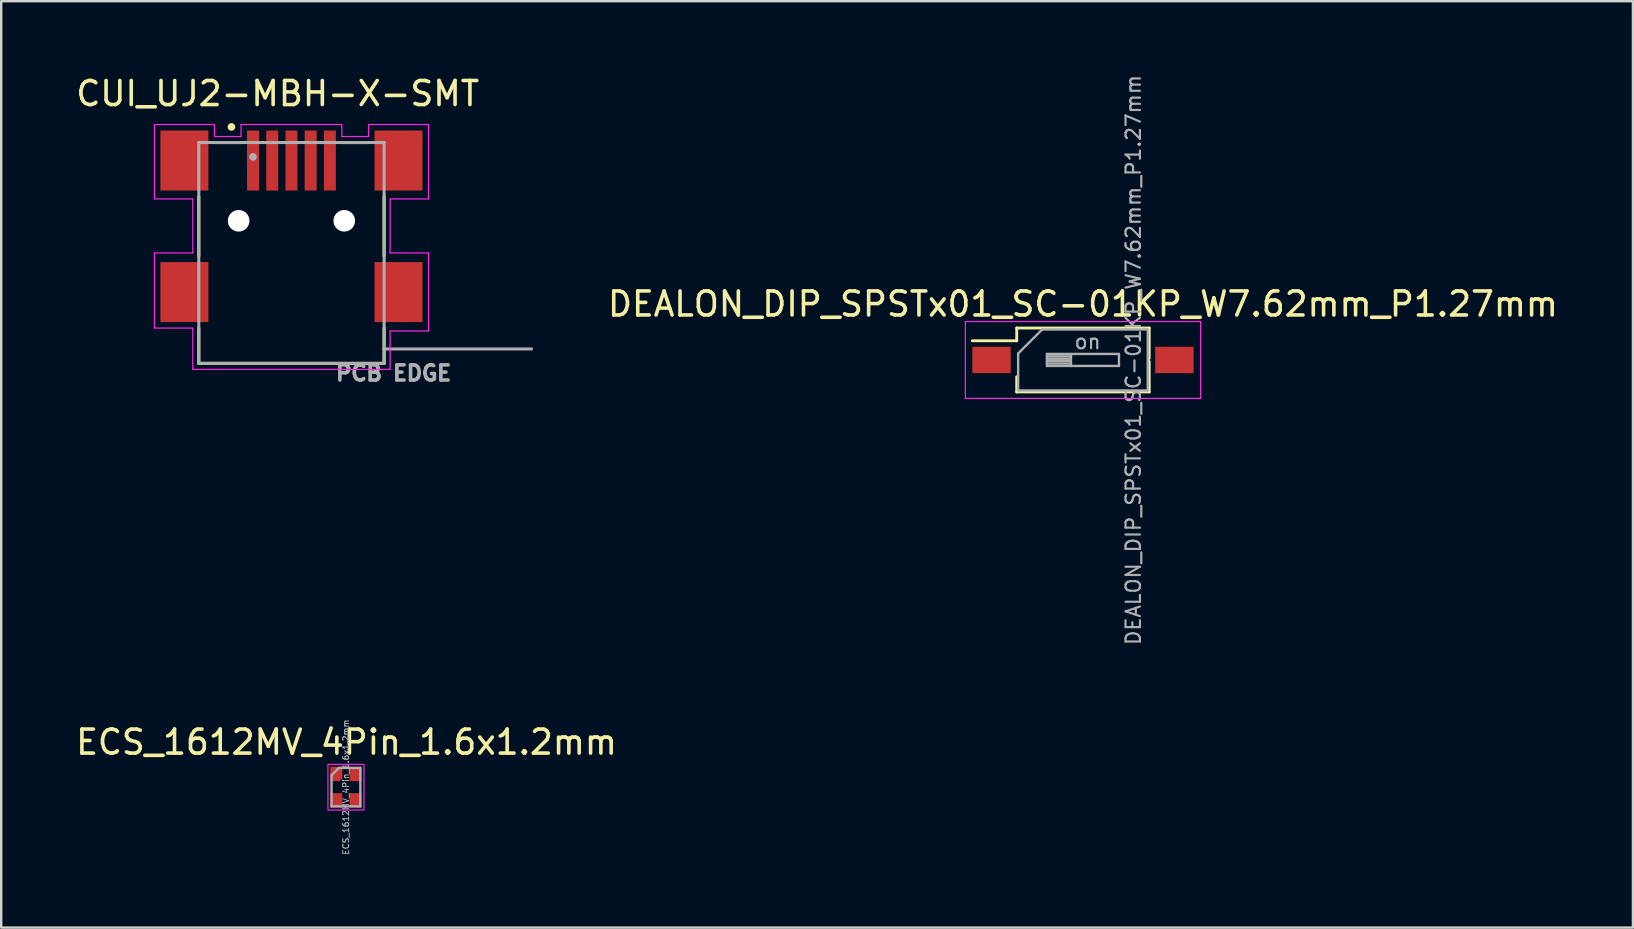
<source format=kicad_pcb>
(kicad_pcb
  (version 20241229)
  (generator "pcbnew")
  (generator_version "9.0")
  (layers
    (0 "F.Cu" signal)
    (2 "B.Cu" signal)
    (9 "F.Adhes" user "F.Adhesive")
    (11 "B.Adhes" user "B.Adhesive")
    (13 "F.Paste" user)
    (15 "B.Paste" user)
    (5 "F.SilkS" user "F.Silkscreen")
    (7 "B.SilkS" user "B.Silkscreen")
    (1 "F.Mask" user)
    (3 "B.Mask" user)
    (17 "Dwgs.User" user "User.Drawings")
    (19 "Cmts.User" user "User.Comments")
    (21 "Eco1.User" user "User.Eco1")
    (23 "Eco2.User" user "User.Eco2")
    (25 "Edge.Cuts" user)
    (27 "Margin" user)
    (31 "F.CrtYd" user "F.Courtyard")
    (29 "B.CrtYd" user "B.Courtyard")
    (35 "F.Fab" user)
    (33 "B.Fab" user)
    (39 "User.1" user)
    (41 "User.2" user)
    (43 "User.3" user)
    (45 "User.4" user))
  (footprint "CUI_UJ2-MBH-X-SMT"
    (layer "F.Cu")
    (at 9.092 6.638)
    (property "Reference" "CUI_UJ2-MBH-X-SMT" (at -0.573 -5.789 0) (layer "F.SilkS") (effects (font (size 1.001 1.001) (thickness 0.15))))
    (attr smd)
    (fp_line (start -3.86 0.98) (end -3.86 -1.5) (stroke (width 0.127) (type solid)) (layer "F.SilkS"))
    (fp_line (start -3.86 3.98) (end -3.86 5.45) (stroke (width 0.127) (type solid)) (layer "F.SilkS"))
    (fp_line (start -3.86 5.45) (end 3.86 5.45) (stroke (width 0.127) (type solid)) (layer "F.SilkS"))
    (fp_line (start -3.21 -3.75) (end -2.1 -3.75) (stroke (width 0.127) (type solid)) (layer "F.SilkS"))
    (fp_line (start 2.1 -3.75) (end 3.21 -3.75) (stroke (width 0.127) (type solid)) (layer "F.SilkS"))
    (fp_line (start 3.86 0.98) (end 3.86 -1.5) (stroke (width 0.127) (type solid)) (layer "F.SilkS"))
    (fp_line (start 3.86 5.45) (end 3.86 3.98) (stroke (width 0.127) (type solid)) (layer "F.SilkS"))
    (fp_circle (center -2.5 -4.4) (end -2.42 -4.4) (stroke (width 0.16) (type solid)) (fill no) (layer "F.SilkS"))
    (fp_line (start -5.71 -4.5) (end -5.71 -1.4) (stroke (width 0.05) (type solid)) (layer "F.CrtYd"))
    (fp_line (start -5.71 -1.4) (end -4.11 -1.4) (stroke (width 0.05) (type solid)) (layer "F.CrtYd"))
    (fp_line (start -5.71 0.85) (end -5.71 3.98) (stroke (width 0.05) (type solid)) (layer "F.CrtYd"))
    (fp_line (start -5.71 3.98) (end -4.11 3.98) (stroke (width 0.05) (type solid)) (layer "F.CrtYd"))
    (fp_line (start -4.11 -1.4) (end -4.11 0.85) (stroke (width 0.05) (type solid)) (layer "F.CrtYd"))
    (fp_line (start -4.11 0.85) (end -5.71 0.85) (stroke (width 0.05) (type solid)) (layer "F.CrtYd"))
    (fp_line (start -4.11 3.98) (end -4.11 5.7) (stroke (width 0.05) (type solid)) (layer "F.CrtYd"))
    (fp_line (start -4.11 5.7) (end 4.11 5.7) (stroke (width 0.05) (type solid)) (layer "F.CrtYd"))
    (fp_line (start -3.21 -4.5) (end -5.71 -4.5) (stroke (width 0.05) (type solid)) (layer "F.CrtYd"))
    (fp_line (start -3.21 -4) (end -3.21 -4.5) (stroke (width 0.05) (type solid)) (layer "F.CrtYd"))
    (fp_line (start -2.1 -4.5) (end -2.1 -4) (stroke (width 0.05) (type solid)) (layer "F.CrtYd"))
    (fp_line (start -2.1 -4) (end -3.21 -4) (stroke (width 0.05) (type solid)) (layer "F.CrtYd"))
    (fp_line (start 2.1 -4.5) (end -2.1 -4.5) (stroke (width 0.05) (type solid)) (layer "F.CrtYd"))
    (fp_line (start 2.1 -4) (end 2.1 -4.5) (stroke (width 0.05) (type solid)) (layer "F.CrtYd"))
    (fp_line (start 3.21 -4.5) (end 3.21 -4) (stroke (width 0.05) (type solid)) (layer "F.CrtYd"))
    (fp_line (start 3.21 -4) (end 2.1 -4) (stroke (width 0.05) (type solid)) (layer "F.CrtYd"))
    (fp_line (start 4.11 -1.4) (end 5.71 -1.4) (stroke (width 0.05) (type solid)) (layer "F.CrtYd"))
    (fp_line (start 4.11 0.85) (end 4.11 -1.4) (stroke (width 0.05) (type solid)) (layer "F.CrtYd"))
    (fp_line (start 4.11 4.1) (end 5.71 4.1) (stroke (width 0.05) (type solid)) (layer "F.CrtYd"))
    (fp_line (start 4.11 5.7) (end 4.11 4.1) (stroke (width 0.05) (type solid)) (layer "F.CrtYd"))
    (fp_line (start 5.71 -4.5) (end 3.21 -4.5) (stroke (width 0.05) (type solid)) (layer "F.CrtYd"))
    (fp_line (start 5.71 -1.4) (end 5.71 -4.5) (stroke (width 0.05) (type solid)) (layer "F.CrtYd"))
    (fp_line (start 5.71 0.85) (end 4.11 0.85) (stroke (width 0.05) (type solid)) (layer "F.CrtYd"))
    (fp_line (start 5.71 4.1) (end 5.71 0.85) (stroke (width 0.05) (type solid)) (layer "F.CrtYd"))
    (fp_line (start -3.86 -3.75) (end 3.86 -3.75) (stroke (width 0.127) (type solid)) (layer "F.Fab"))
    (fp_line (start -3.86 5.45) (end -3.86 -3.75) (stroke (width 0.127) (type solid)) (layer "F.Fab"))
    (fp_line (start 3.86 -3.75) (end 3.86 4.85) (stroke (width 0.127) (type solid)) (layer "F.Fab"))
    (fp_line (start 3.86 4.85) (end 3.86 5.45) (stroke (width 0.127) (type solid)) (layer "F.Fab"))
    (fp_line (start 3.86 4.85) (end 10 4.85) (stroke (width 0.127) (type solid)) (layer "F.Fab"))
    (fp_line (start 3.86 5.45) (end -3.86 5.45) (stroke (width 0.127) (type solid)) (layer "F.Fab"))
    (fp_circle (center -1.6 -3.15) (end -1.52 -3.15) (stroke (width 0.16) (type solid)) (fill no) (layer "F.Fab"))
    (fp_text user "PCB EDGE" (at 4.256 5.859 0) (layer "F.Fab") (effects (font (size 0.631 0.631) (thickness 0.15))))
    (pad "" np_thru_hole circle (at -2.2 -0.49) (size 0.9 0.9) (drill 0.9) (layers "*.Cu" "*.Mask"))
    (pad "" np_thru_hole circle (at 2.2 -0.49) (size 0.9 0.9) (drill 0.9) (layers "*.Cu" "*.Mask"))
    (pad "1" smd rect (at -1.6 -3 90) (size 2.5 0.5) (layers "F.Cu" "F.Mask" "F.Paste"))
    (pad "2" smd rect (at -0.8 -3 90) (size 2.5 0.5) (layers "F.Cu" "F.Mask" "F.Paste"))
    (pad "3" smd rect (at 0 -3 90) (size 2.5 0.5) (layers "F.Cu" "F.Mask" "F.Paste"))
    (pad "4" smd rect (at 0.8 -3 90) (size 2.5 0.5) (layers "F.Cu" "F.Mask" "F.Paste"))
    (pad "5" smd rect (at 1.6 -3 90) (size 2.5 0.5) (layers "F.Cu" "F.Mask" "F.Paste"))
    (pad "6" smd rect (at -4.46 -3) (size 2 2.5) (layers "F.Cu" "F.Mask" "F.Paste"))
    (pad "6" smd rect (at -4.46 2.48) (size 2 2.5) (layers "F.Cu" "F.Mask" "F.Paste"))
    (pad "6" smd rect (at 4.46 -3) (size 2 2.5) (layers "F.Cu" "F.Mask" "F.Paste"))
    (pad "6" smd rect (at 4.46 2.48) (size 2 2.5) (layers "F.Cu" "F.Mask" "F.Paste")))
  (footprint "ECS_1612MV_4Pin_1.6x1.2mm"
    (layer "F.Cu")
    (at 11.362 29.743)
    (property "Reference" "ECS_1612MV_4Pin_1.6x1.2mm" (at 0.025 -1.875 0) (layer "F.SilkS") (effects (font (size 1 1) (thickness 0.15))))
    (attr smd)
    (fp_rect (start -0.75 -0.95) (end 0.75 0.95) (stroke (width 0.05) (type default)) (fill no) (layer "F.CrtYd"))
    (fp_line (start -0.6 0.8) (end -0.6 -0.5) (stroke (width 0.1) (type solid)) (layer "F.Fab"))
    (fp_line (start -0.3 -0.8) (end -0.6 -0.5) (stroke (width 0.1) (type solid)) (layer "F.Fab"))
    (fp_line (start -0.3 -0.8) (end 0.6 -0.8) (stroke (width 0.1) (type solid)) (layer "F.Fab"))
    (fp_line (start 0.6 -0.8) (end 0.6 0.8) (stroke (width 0.1) (type solid)) (layer "F.Fab"))
    (fp_line (start 0.6 0.8) (end -0.6 0.8) (stroke (width 0.1) (type solid)) (layer "F.Fab"))
    (fp_text user "${REFERENCE}" (at 0 0 90) (unlocked yes) (layer "F.Fab") (effects (font (size 0.25 0.25) (thickness 0.04))))
    (pad "1" smd roundrect (at -0.4 -0.55 180) (size 0.5 0.6) (layers "F.Cu" "F.Mask" "F.Paste") (roundrect_rratio 0) (chamfer_ratio 0.22) (chamfer top_left))
    (pad "2" smd rect (at -0.4 0.55) (size 0.5 0.6) (layers "F.Cu" "F.Mask" "F.Paste"))
    (pad "3" smd rect (at 0.4 0.55) (size 0.5 0.6) (layers "F.Cu" "F.Mask" "F.Paste"))
    (pad "4" smd rect (at 0.4 -0.55) (size 0.5 0.6) (layers "F.Cu" "F.Mask" "F.Paste")))
  (footprint "DEALON_DIP_SPSTx01_SC-01KP_W7.62mm_P1.27mm"
    (layer "F.Cu")
    (at 42.066 11.946)
    (property "Reference" "DEALON_DIP_SPSTx01_SC-01KP_W7.62mm_P1.27mm" (at 0 -2.33 0) (layer "F.SilkS") (effects (font (size 1 1) (thickness 0.15))))
    (attr smd)
    (fp_line (start -4.61 -0.8) (end -2.76 -0.8) (stroke (width 0.12) (type solid)) (layer "F.SilkS"))
    (fp_line (start -2.76 -1.33) (end -2.76 -0.8) (stroke (width 0.12) (type solid)) (layer "F.SilkS"))
    (fp_line (start -2.76 -1.33) (end 2.76 -1.33) (stroke (width 0.12) (type solid)) (layer "F.SilkS"))
    (fp_line (start -2.76 0.7) (end -2.76 1.33) (stroke (width 0.12) (type solid)) (layer "F.SilkS"))
    (fp_line (start -2.76 1.33) (end 2.76 1.33) (stroke (width 0.12) (type solid)) (layer "F.SilkS"))
    (fp_line (start 2.76 -1.33) (end 2.76 -0.061) (stroke (width 0.12) (type solid)) (layer "F.SilkS"))
    (fp_line (start 2.76 0.061) (end 2.76 1.33) (stroke (width 0.12) (type solid)) (layer "F.SilkS"))
    (fp_line (start -4.9 -1.6) (end -4.9 1.6) (stroke (width 0.05) (type solid)) (layer "F.CrtYd"))
    (fp_line (start -4.9 1.6) (end 4.9 1.6) (stroke (width 0.05) (type solid)) (layer "F.CrtYd"))
    (fp_line (start 4.9 -1.6) (end -4.9 -1.6) (stroke (width 0.05) (type solid)) (layer "F.CrtYd"))
    (fp_line (start 4.9 1.6) (end 4.9 -1.6) (stroke (width 0.05) (type solid)) (layer "F.CrtYd"))
    (fp_line (start -2.7 -0.27) (end -1.7 -1.27) (stroke (width 0.1) (type solid)) (layer "F.Fab"))
    (fp_line (start -2.7 1.27) (end -2.7 -0.27) (stroke (width 0.1) (type solid)) (layer "F.Fab"))
    (fp_line (start -1.7 -1.27) (end 2.7 -1.27) (stroke (width 0.1) (type solid)) (layer "F.Fab"))
    (fp_line (start -1.5 -0.25) (end -1.5 0.25) (stroke (width 0.1) (type solid)) (layer "F.Fab"))
    (fp_line (start -1.5 -0.15) (end -0.5 -0.15) (stroke (width 0.1) (type solid)) (layer "F.Fab"))
    (fp_line (start -1.5 -0.05) (end -0.5 -0.05) (stroke (width 0.1) (type solid)) (layer "F.Fab"))
    (fp_line (start -1.5 0.05) (end -0.5 0.05) (stroke (width 0.1) (type solid)) (layer "F.Fab"))
    (fp_line (start -1.5 0.15) (end -0.5 0.15) (stroke (width 0.1) (type solid)) (layer "F.Fab"))
    (fp_line (start -1.5 0.25) (end 1.5 0.25) (stroke (width 0.1) (type solid)) (layer "F.Fab"))
    (fp_line (start -0.5 -0.25) (end -0.5 0.25) (stroke (width 0.1) (type solid)) (layer "F.Fab"))
    (fp_line (start 1.5 -0.25) (end -1.5 -0.25) (stroke (width 0.1) (type solid)) (layer "F.Fab"))
    (fp_line (start 1.5 0.25) (end 1.5 -0.25) (stroke (width 0.1) (type solid)) (layer "F.Fab"))
    (fp_line (start 2.7 -1.27) (end 2.7 1.27) (stroke (width 0.1) (type solid)) (layer "F.Fab"))
    (fp_line (start 2.7 1.27) (end -2.7 1.27) (stroke (width 0.1) (type solid)) (layer "F.Fab"))
    (fp_text user "on" (at 0.195 -0.76 0) (layer "F.Fab") (effects (font (size 0.6 0.6) (thickness 0.09))))
    (fp_text user "${REFERENCE}" (at 2.1 0 90) (layer "F.Fab") (effects (font (size 0.6 0.6) (thickness 0.09))))
    (pad "1" smd rect (at -3.81 0) (size 1.6 1.1) (layers "F.Cu" "F.Mask" "F.Paste"))
    (pad "2" smd rect (at 3.81 0) (size 1.6 1.1) (layers "F.Cu" "F.Mask" "F.Paste")))
  (gr_rect
    (start -3 -3)
    (end 64.977 35.594)
    (stroke (width 0.1) (type default))
    (fill no)
    (layer "Edge.Cuts")))
</source>
